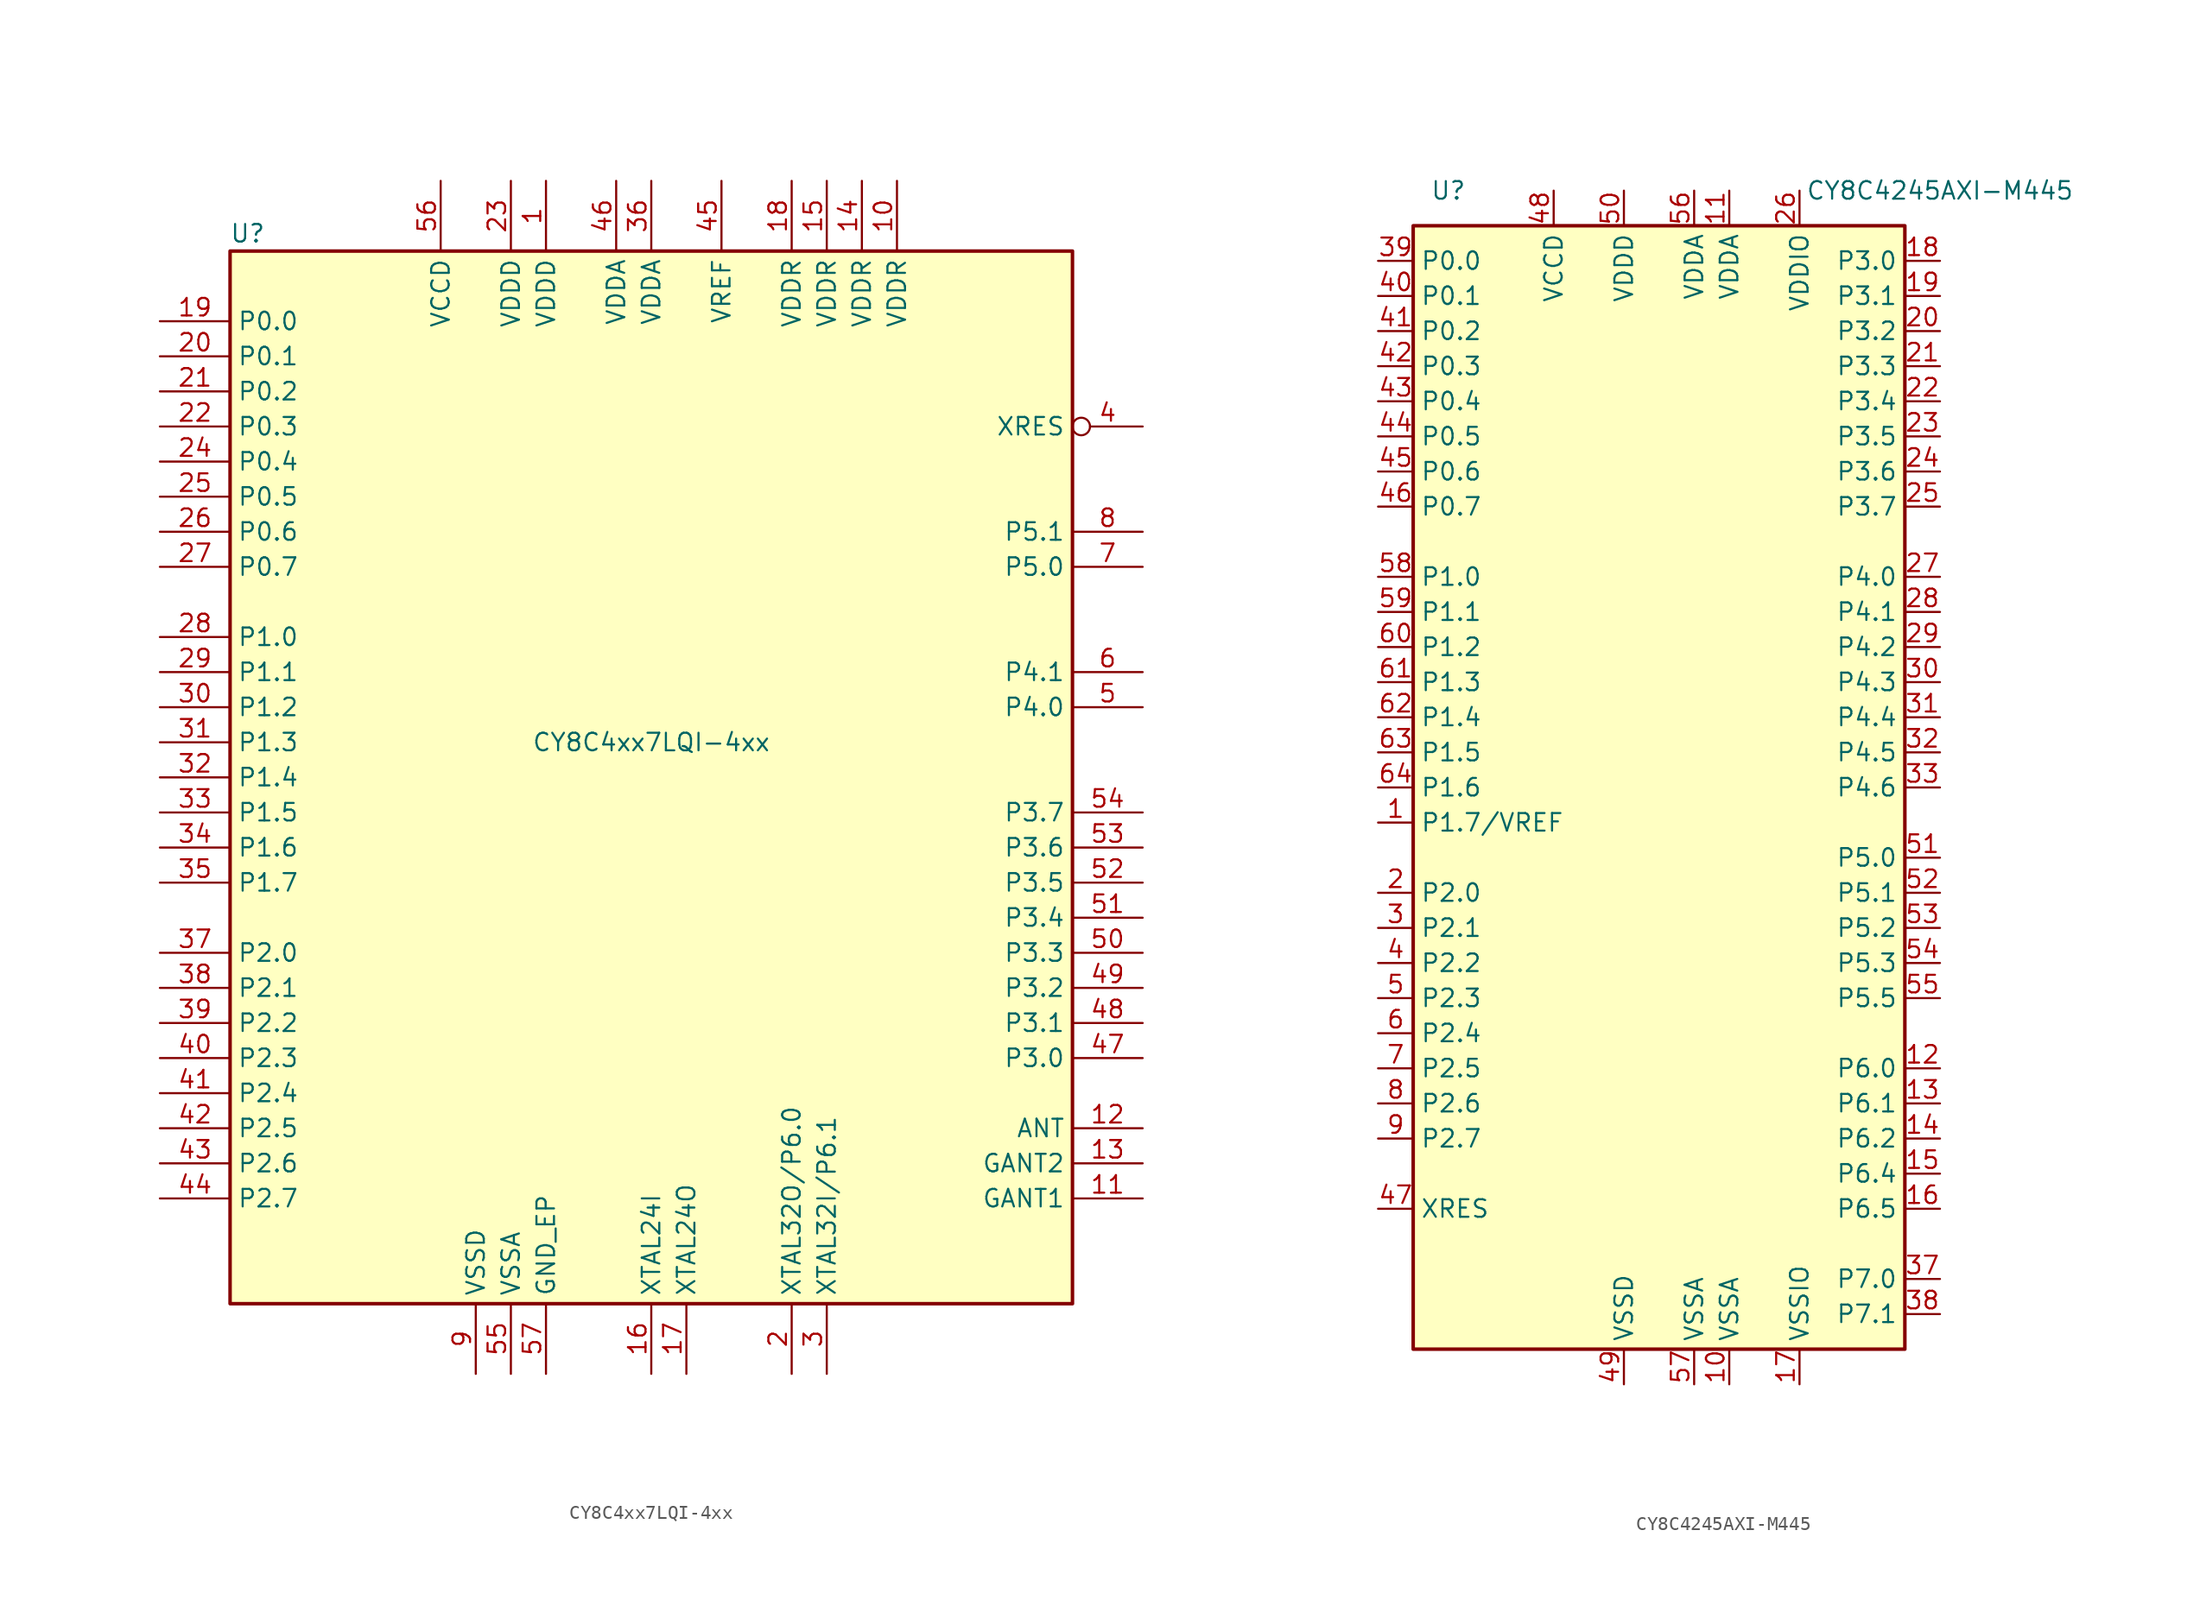
<source format=kicad_sym>
(kicad_symbol_lib
  (version 20231120)
  (generator "kicad_symbol_editor")
  (generator_version "8.0")
  (symbol "CY8C4xx7LQI-4xx"
    (property "Reference" "U"
      (at -29.21 39.37 0)
      (effects (font (size 1.27 1.27))))
    (property "Value" "CY8C4xx7LQI-4xx"
      (at 0 2.54 0)
      (effects (font (size 1.27 1.27))))
    (symbol "CY8C4xx7LQI-4xx_1_0"
      (rectangle (start -30.48 -38.1) (end 30.48 38.1) (stroke (width 0.254) (type default)) (fill (type background))))
    (symbol "CY8C4xx7LQI-4xx_1_1"
      (pin power_in line (at -7.62 43.18 270) (length 5.08) (name "VDDD" (effects (font (size 1.27 1.27)))) (number "1" (effects (font (size 1.27 1.27)))))
      (pin power_in line (at 17.78 43.18 270) (length 5.08) (name "VDDR" (effects (font (size 1.27 1.27)))) (number "10" (effects (font (size 1.27 1.27)))))
      (pin power_in line (at 35.56 -30.48 180) (length 5.08) (name "GANT1" (effects (font (size 1.27 1.27)))) (number "11" (effects (font (size 1.27 1.27)))))
      (pin output line (at 35.56 -25.4 180) (length 5.08) (name "ANT" (effects (font (size 1.27 1.27)))) (number "12" (effects (font (size 1.27 1.27)))))
      (pin power_in line (at 35.56 -27.94 180) (length 5.08) (name "GANT2" (effects (font (size 1.27 1.27)))) (number "13" (effects (font (size 1.27 1.27)))))
      (pin power_in line (at 15.24 43.18 270) (length 5.08) (name "VDDR" (effects (font (size 1.27 1.27)))) (number "14" (effects (font (size 1.27 1.27)))))
      (pin power_in line (at 12.7 43.18 270) (length 5.08) (name "VDDR" (effects (font (size 1.27 1.27)))) (number "15" (effects (font (size 1.27 1.27)))))
      (pin input line (at 0 -43.18 90) (length 5.08) (name "XTAL24I" (effects (font (size 1.27 1.27)))) (number "16" (effects (font (size 1.27 1.27)))))
      (pin output line (at 2.54 -43.18 90) (length 5.08) (name "XTAL24O" (effects (font (size 1.27 1.27)))) (number "17" (effects (font (size 1.27 1.27)))))
      (pin power_in line (at 10.16 43.18 270) (length 5.08) (name "VDDR" (effects (font (size 1.27 1.27)))) (number "18" (effects (font (size 1.27 1.27)))))
      (pin bidirectional line (at -35.56 33.02 0) (length 5.08) (name "P0.0" (effects (font (size 1.27 1.27)))) (number "19" (effects (font (size 1.27 1.27)))))
      (pin bidirectional line (at 10.16 -43.18 90) (length 5.08) (name "XTAL32O/P6.0" (effects (font (size 1.27 1.27)))) (number "2" (effects (font (size 1.27 1.27)))))
      (pin bidirectional line (at -35.56 30.48 0) (length 5.08) (name "P0.1" (effects (font (size 1.27 1.27)))) (number "20" (effects (font (size 1.27 1.27)))))
      (pin bidirectional line (at -35.56 27.94 0) (length 5.08) (name "P0.2" (effects (font (size 1.27 1.27)))) (number "21" (effects (font (size 1.27 1.27)))))
      (pin bidirectional line (at -35.56 25.4 0) (length 5.08) (name "P0.3" (effects (font (size 1.27 1.27)))) (number "22" (effects (font (size 1.27 1.27)))))
      (pin power_in line (at -10.16 43.18 270) (length 5.08) (name "VDDD" (effects (font (size 1.27 1.27)))) (number "23" (effects (font (size 1.27 1.27)))))
      (pin bidirectional line (at -35.56 22.86 0) (length 5.08) (name "P0.4" (effects (font (size 1.27 1.27)))) (number "24" (effects (font (size 1.27 1.27)))))
      (pin bidirectional line (at -35.56 20.32 0) (length 5.08) (name "P0.5" (effects (font (size 1.27 1.27)))) (number "25" (effects (font (size 1.27 1.27)))))
      (pin bidirectional line (at -35.56 17.78 0) (length 5.08) (name "P0.6" (effects (font (size 1.27 1.27)))) (number "26" (effects (font (size 1.27 1.27)))))
      (pin bidirectional line (at -35.56 15.24 0) (length 5.08) (name "P0.7" (effects (font (size 1.27 1.27)))) (number "27" (effects (font (size 1.27 1.27)))))
      (pin bidirectional line (at -35.56 10.16 0) (length 5.08) (name "P1.0" (effects (font (size 1.27 1.27)))) (number "28" (effects (font (size 1.27 1.27)))))
      (pin bidirectional line (at -35.56 7.62 0) (length 5.08) (name "P1.1" (effects (font (size 1.27 1.27)))) (number "29" (effects (font (size 1.27 1.27)))))
      (pin bidirectional line (at 12.7 -43.18 90) (length 5.08) (name "XTAL32I/P6.1" (effects (font (size 1.27 1.27)))) (number "3" (effects (font (size 1.27 1.27)))))
      (pin bidirectional line (at -35.56 5.08 0) (length 5.08) (name "P1.2" (effects (font (size 1.27 1.27)))) (number "30" (effects (font (size 1.27 1.27)))))
      (pin bidirectional line (at -35.56 2.54 0) (length 5.08) (name "P1.3" (effects (font (size 1.27 1.27)))) (number "31" (effects (font (size 1.27 1.27)))))
      (pin bidirectional line (at -35.56 0 0) (length 5.08) (name "P1.4" (effects (font (size 1.27 1.27)))) (number "32" (effects (font (size 1.27 1.27)))))
      (pin bidirectional line (at -35.56 -2.54 0) (length 5.08) (name "P1.5" (effects (font (size 1.27 1.27)))) (number "33" (effects (font (size 1.27 1.27)))))
      (pin bidirectional line (at -35.56 -5.08 0) (length 5.08) (name "P1.6" (effects (font (size 1.27 1.27)))) (number "34" (effects (font (size 1.27 1.27)))))
      (pin bidirectional line (at -35.56 -7.62 0) (length 5.08) (name "P1.7" (effects (font (size 1.27 1.27)))) (number "35" (effects (font (size 1.27 1.27)))))
      (pin power_in line (at 0 43.18 270) (length 5.08) (name "VDDA" (effects (font (size 1.27 1.27)))) (number "36" (effects (font (size 1.27 1.27)))))
      (pin bidirectional line (at -35.56 -12.7 0) (length 5.08) (name "P2.0" (effects (font (size 1.27 1.27)))) (number "37" (effects (font (size 1.27 1.27)))))
      (pin bidirectional line (at -35.56 -15.24 0) (length 5.08) (name "P2.1" (effects (font (size 1.27 1.27)))) (number "38" (effects (font (size 1.27 1.27)))))
      (pin bidirectional line (at -35.56 -17.78 0) (length 5.08) (name "P2.2" (effects (font (size 1.27 1.27)))) (number "39" (effects (font (size 1.27 1.27)))))
      (pin input inverted (at 35.56 25.4 180) (length 5.08) (name "XRES" (effects (font (size 1.27 1.27)))) (number "4" (effects (font (size 1.27 1.27)))))
      (pin bidirectional line (at -35.56 -20.32 0) (length 5.08) (name "P2.3" (effects (font (size 1.27 1.27)))) (number "40" (effects (font (size 1.27 1.27)))))
      (pin bidirectional line (at -35.56 -22.86 0) (length 5.08) (name "P2.4" (effects (font (size 1.27 1.27)))) (number "41" (effects (font (size 1.27 1.27)))))
      (pin bidirectional line (at -35.56 -25.4 0) (length 5.08) (name "P2.5" (effects (font (size 1.27 1.27)))) (number "42" (effects (font (size 1.27 1.27)))))
      (pin bidirectional line (at -35.56 -27.94 0) (length 5.08) (name "P2.6" (effects (font (size 1.27 1.27)))) (number "43" (effects (font (size 1.27 1.27)))))
      (pin bidirectional line (at -35.56 -30.48 0) (length 5.08) (name "P2.7" (effects (font (size 1.27 1.27)))) (number "44" (effects (font (size 1.27 1.27)))))
      (pin passive line (at 5.08 43.18 270) (length 5.08) (name "VREF" (effects (font (size 1.27 1.27)))) (number "45" (effects (font (size 1.27 1.27)))))
      (pin power_in line (at -2.54 43.18 270) (length 5.08) (name "VDDA" (effects (font (size 1.27 1.27)))) (number "46" (effects (font (size 1.27 1.27)))))
      (pin bidirectional line (at 35.56 -20.32 180) (length 5.08) (name "P3.0" (effects (font (size 1.27 1.27)))) (number "47" (effects (font (size 1.27 1.27)))))
      (pin bidirectional line (at 35.56 -17.78 180) (length 5.08) (name "P3.1" (effects (font (size 1.27 1.27)))) (number "48" (effects (font (size 1.27 1.27)))))
      (pin bidirectional line (at 35.56 -15.24 180) (length 5.08) (name "P3.2" (effects (font (size 1.27 1.27)))) (number "49" (effects (font (size 1.27 1.27)))))
      (pin bidirectional line (at 35.56 5.08 180) (length 5.08) (name "P4.0" (effects (font (size 1.27 1.27)))) (number "5" (effects (font (size 1.27 1.27)))))
      (pin bidirectional line (at 35.56 -12.7 180) (length 5.08) (name "P3.3" (effects (font (size 1.27 1.27)))) (number "50" (effects (font (size 1.27 1.27)))))
      (pin bidirectional line (at 35.56 -10.16 180) (length 5.08) (name "P3.4" (effects (font (size 1.27 1.27)))) (number "51" (effects (font (size 1.27 1.27)))))
      (pin bidirectional line (at 35.56 -7.62 180) (length 5.08) (name "P3.5" (effects (font (size 1.27 1.27)))) (number "52" (effects (font (size 1.27 1.27)))))
      (pin bidirectional line (at 35.56 -5.08 180) (length 5.08) (name "P3.6" (effects (font (size 1.27 1.27)))) (number "53" (effects (font (size 1.27 1.27)))))
      (pin bidirectional line (at 35.56 -2.54 180) (length 5.08) (name "P3.7" (effects (font (size 1.27 1.27)))) (number "54" (effects (font (size 1.27 1.27)))))
      (pin power_in line (at -10.16 -43.18 90) (length 5.08) (name "VSSA" (effects (font (size 1.27 1.27)))) (number "55" (effects (font (size 1.27 1.27)))))
      (pin power_out line (at -15.24 43.18 270) (length 5.08) (name "VCCD" (effects (font (size 1.27 1.27)))) (number "56" (effects (font (size 1.27 1.27)))))
      (pin power_in line (at -7.62 -43.18 90) (length 5.08) (name "GND_EP" (effects (font (size 1.27 1.27)))) (number "57" (effects (font (size 1.27 1.27)))))
      (pin bidirectional line (at 35.56 7.62 180) (length 5.08) (name "P4.1" (effects (font (size 1.27 1.27)))) (number "6" (effects (font (size 1.27 1.27)))))
      (pin bidirectional line (at 35.56 15.24 180) (length 5.08) (name "P5.0" (effects (font (size 1.27 1.27)))) (number "7" (effects (font (size 1.27 1.27)))))
      (pin bidirectional line (at 35.56 17.78 180) (length 5.08) (name "P5.1" (effects (font (size 1.27 1.27)))) (number "8" (effects (font (size 1.27 1.27)))))
      (pin power_in line (at -12.7 -43.18 90) (length 5.08) (name "VSSD" (effects (font (size 1.27 1.27)))) (number "9" (effects (font (size 1.27 1.27)))))))
  (symbol "CY8C4245AXI-M445"
    (property "Reference" "U"
      (at -15.24 43.18 0)
      (effects (font (size 1.27 1.27))))
    (property "Value" "CY8C4245AXI-M445"
      (at 20.32 43.18 0)
      (effects (font (size 1.27 1.27))))
    (symbol "CY8C4245AXI-M445_0_1"
      (rectangle (start -17.78 40.64) (end 17.78 -40.64) (stroke (width 0.254) (type default)) (fill (type background))))
    (symbol "CY8C4245AXI-M445_1_1"
      (pin bidirectional line (at -20.32 -2.54 0) (length 2.54) (name "P1.7/VREF" (effects (font (size 1.27 1.27)))) (number "1" (effects (font (size 1.27 1.27)))))
      (pin power_in line (at 5.08 -43.18 90) (length 2.54) (name "VSSA" (effects (font (size 1.27 1.27)))) (number "10" (effects (font (size 1.27 1.27)))))
      (pin power_in line (at 5.08 43.18 270) (length 2.54) (name "VDDA" (effects (font (size 1.27 1.27)))) (number "11" (effects (font (size 1.27 1.27)))))
      (pin bidirectional line (at 20.32 -20.32 180) (length 2.54) (name "P6.0" (effects (font (size 1.27 1.27)))) (number "12" (effects (font (size 1.27 1.27)))))
      (pin bidirectional line (at 20.32 -22.86 180) (length 2.54) (name "P6.1" (effects (font (size 1.27 1.27)))) (number "13" (effects (font (size 1.27 1.27)))))
      (pin bidirectional line (at 20.32 -25.4 180) (length 2.54) (name "P6.2" (effects (font (size 1.27 1.27)))) (number "14" (effects (font (size 1.27 1.27)))))
      (pin bidirectional line (at 20.32 -27.94 180) (length 2.54) (name "P6.4" (effects (font (size 1.27 1.27)))) (number "15" (effects (font (size 1.27 1.27)))))
      (pin bidirectional line (at 20.32 -30.48 180) (length 2.54) (name "P6.5" (effects (font (size 1.27 1.27)))) (number "16" (effects (font (size 1.27 1.27)))))
      (pin power_in line (at 10.16 -43.18 90) (length 2.54) (name "VSSIO" (effects (font (size 1.27 1.27)))) (number "17" (effects (font (size 1.27 1.27)))))
      (pin bidirectional line (at 20.32 38.1 180) (length 2.54) (name "P3.0" (effects (font (size 1.27 1.27)))) (number "18" (effects (font (size 1.27 1.27)))))
      (pin bidirectional line (at 20.32 35.56 180) (length 2.54) (name "P3.1" (effects (font (size 1.27 1.27)))) (number "19" (effects (font (size 1.27 1.27)))))
      (pin bidirectional line (at -20.32 -7.62 0) (length 2.54) (name "P2.0" (effects (font (size 1.27 1.27)))) (number "2" (effects (font (size 1.27 1.27)))))
      (pin bidirectional line (at 20.32 33.02 180) (length 2.54) (name "P3.2" (effects (font (size 1.27 1.27)))) (number "20" (effects (font (size 1.27 1.27)))))
      (pin bidirectional line (at 20.32 30.48 180) (length 2.54) (name "P3.3" (effects (font (size 1.27 1.27)))) (number "21" (effects (font (size 1.27 1.27)))))
      (pin bidirectional line (at 20.32 27.94 180) (length 2.54) (name "P3.4" (effects (font (size 1.27 1.27)))) (number "22" (effects (font (size 1.27 1.27)))))
      (pin bidirectional line (at 20.32 25.4 180) (length 2.54) (name "P3.5" (effects (font (size 1.27 1.27)))) (number "23" (effects (font (size 1.27 1.27)))))
      (pin bidirectional line (at 20.32 22.86 180) (length 2.54) (name "P3.6" (effects (font (size 1.27 1.27)))) (number "24" (effects (font (size 1.27 1.27)))))
      (pin bidirectional line (at 20.32 20.32 180) (length 2.54) (name "P3.7" (effects (font (size 1.27 1.27)))) (number "25" (effects (font (size 1.27 1.27)))))
      (pin power_in line (at 10.16 43.18 270) (length 2.54) (name "VDDIO" (effects (font (size 1.27 1.27)))) (number "26" (effects (font (size 1.27 1.27)))))
      (pin bidirectional line (at 20.32 15.24 180) (length 2.54) (name "P4.0" (effects (font (size 1.27 1.27)))) (number "27" (effects (font (size 1.27 1.27)))))
      (pin bidirectional line (at 20.32 12.7 180) (length 2.54) (name "P4.1" (effects (font (size 1.27 1.27)))) (number "28" (effects (font (size 1.27 1.27)))))
      (pin bidirectional line (at 20.32 10.16 180) (length 2.54) (name "P4.2" (effects (font (size 1.27 1.27)))) (number "29" (effects (font (size 1.27 1.27)))))
      (pin bidirectional line (at -20.32 -10.16 0) (length 2.54) (name "P2.1" (effects (font (size 1.27 1.27)))) (number "3" (effects (font (size 1.27 1.27)))))
      (pin bidirectional line (at 20.32 7.62 180) (length 2.54) (name "P4.3" (effects (font (size 1.27 1.27)))) (number "30" (effects (font (size 1.27 1.27)))))
      (pin bidirectional line (at 20.32 5.08 180) (length 2.54) (name "P4.4" (effects (font (size 1.27 1.27)))) (number "31" (effects (font (size 1.27 1.27)))))
      (pin bidirectional line (at 20.32 2.54 180) (length 2.54) (name "P4.5" (effects (font (size 1.27 1.27)))) (number "32" (effects (font (size 1.27 1.27)))))
      (pin bidirectional line (at 20.32 0 180) (length 2.54) (name "P4.6" (effects (font (size 1.27 1.27)))) (number "33" (effects (font (size 1.27 1.27)))))
      (pin bidirectional line (at 20.32 -35.56 180) (length 2.54) (name "P7.0" (effects (font (size 1.27 1.27)))) (number "37" (effects (font (size 1.27 1.27)))))
      (pin bidirectional line (at 20.32 -38.1 180) (length 2.54) (name "P7.1" (effects (font (size 1.27 1.27)))) (number "38" (effects (font (size 1.27 1.27)))))
      (pin bidirectional line (at -20.32 38.1 0) (length 2.54) (name "P0.0" (effects (font (size 1.27 1.27)))) (number "39" (effects (font (size 1.27 1.27)))))
      (pin bidirectional line (at -20.32 -12.7 0) (length 2.54) (name "P2.2" (effects (font (size 1.27 1.27)))) (number "4" (effects (font (size 1.27 1.27)))))
      (pin bidirectional line (at -20.32 35.56 0) (length 2.54) (name "P0.1" (effects (font (size 1.27 1.27)))) (number "40" (effects (font (size 1.27 1.27)))))
      (pin bidirectional line (at -20.32 33.02 0) (length 2.54) (name "P0.2" (effects (font (size 1.27 1.27)))) (number "41" (effects (font (size 1.27 1.27)))))
      (pin bidirectional line (at -20.32 30.48 0) (length 2.54) (name "P0.3" (effects (font (size 1.27 1.27)))) (number "42" (effects (font (size 1.27 1.27)))))
      (pin bidirectional line (at -20.32 27.94 0) (length 2.54) (name "P0.4" (effects (font (size 1.27 1.27)))) (number "43" (effects (font (size 1.27 1.27)))))
      (pin bidirectional line (at -20.32 25.4 0) (length 2.54) (name "P0.5" (effects (font (size 1.27 1.27)))) (number "44" (effects (font (size 1.27 1.27)))))
      (pin bidirectional line (at -20.32 22.86 0) (length 2.54) (name "P0.6" (effects (font (size 1.27 1.27)))) (number "45" (effects (font (size 1.27 1.27)))))
      (pin bidirectional line (at -20.32 20.32 0) (length 2.54) (name "P0.7" (effects (font (size 1.27 1.27)))) (number "46" (effects (font (size 1.27 1.27)))))
      (pin input line (at -20.32 -30.48 0) (length 2.54) (name "XRES" (effects (font (size 1.27 1.27)))) (number "47" (effects (font (size 1.27 1.27)))))
      (pin power_out line (at -7.62 43.18 270) (length 2.54) (name "VCCD" (effects (font (size 1.27 1.27)))) (number "48" (effects (font (size 1.27 1.27)))))
      (pin power_in line (at -2.54 -43.18 90) (length 2.54) (name "VSSD" (effects (font (size 1.27 1.27)))) (number "49" (effects (font (size 1.27 1.27)))))
      (pin bidirectional line (at -20.32 -15.24 0) (length 2.54) (name "P2.3" (effects (font (size 1.27 1.27)))) (number "5" (effects (font (size 1.27 1.27)))))
      (pin power_in line (at -2.54 43.18 270) (length 2.54) (name "VDDD" (effects (font (size 1.27 1.27)))) (number "50" (effects (font (size 1.27 1.27)))))
      (pin bidirectional line (at 20.32 -5.08 180) (length 2.54) (name "P5.0" (effects (font (size 1.27 1.27)))) (number "51" (effects (font (size 1.27 1.27)))))
      (pin bidirectional line (at 20.32 -7.62 180) (length 2.54) (name "P5.1" (effects (font (size 1.27 1.27)))) (number "52" (effects (font (size 1.27 1.27)))))
      (pin bidirectional line (at 20.32 -10.16 180) (length 2.54) (name "P5.2" (effects (font (size 1.27 1.27)))) (number "53" (effects (font (size 1.27 1.27)))))
      (pin bidirectional line (at 20.32 -12.7 180) (length 2.54) (name "P5.3" (effects (font (size 1.27 1.27)))) (number "54" (effects (font (size 1.27 1.27)))))
      (pin bidirectional line (at 20.32 -15.24 180) (length 2.54) (name "P5.5" (effects (font (size 1.27 1.27)))) (number "55" (effects (font (size 1.27 1.27)))))
      (pin power_in line (at 2.54 43.18 270) (length 2.54) (name "VDDA" (effects (font (size 1.27 1.27)))) (number "56" (effects (font (size 1.27 1.27)))))
      (pin power_in line (at 2.54 -43.18 90) (length 2.54) (name "VSSA" (effects (font (size 1.27 1.27)))) (number "57" (effects (font (size 1.27 1.27)))))
      (pin bidirectional line (at -20.32 15.24 0) (length 2.54) (name "P1.0" (effects (font (size 1.27 1.27)))) (number "58" (effects (font (size 1.27 1.27)))))
      (pin bidirectional line (at -20.32 12.7 0) (length 2.54) (name "P1.1" (effects (font (size 1.27 1.27)))) (number "59" (effects (font (size 1.27 1.27)))))
      (pin bidirectional line (at -20.32 -17.78 0) (length 2.54) (name "P2.4" (effects (font (size 1.27 1.27)))) (number "6" (effects (font (size 1.27 1.27)))))
      (pin bidirectional line (at -20.32 10.16 0) (length 2.54) (name "P1.2" (effects (font (size 1.27 1.27)))) (number "60" (effects (font (size 1.27 1.27)))))
      (pin bidirectional line (at -20.32 7.62 0) (length 2.54) (name "P1.3" (effects (font (size 1.27 1.27)))) (number "61" (effects (font (size 1.27 1.27)))))
      (pin bidirectional line (at -20.32 5.08 0) (length 2.54) (name "P1.4" (effects (font (size 1.27 1.27)))) (number "62" (effects (font (size 1.27 1.27)))))
      (pin bidirectional line (at -20.32 2.54 0) (length 2.54) (name "P1.5" (effects (font (size 1.27 1.27)))) (number "63" (effects (font (size 1.27 1.27)))))
      (pin bidirectional line (at -20.32 0 0) (length 2.54) (name "P1.6" (effects (font (size 1.27 1.27)))) (number "64" (effects (font (size 1.27 1.27)))))
      (pin bidirectional line (at -20.32 -20.32 0) (length 2.54) (name "P2.5" (effects (font (size 1.27 1.27)))) (number "7" (effects (font (size 1.27 1.27)))))
      (pin bidirectional line (at -20.32 -22.86 0) (length 2.54) (name "P2.6" (effects (font (size 1.27 1.27)))) (number "8" (effects (font (size 1.27 1.27)))))
      (pin bidirectional line (at -20.32 -25.4 0) (length 2.54) (name "P2.7" (effects (font (size 1.27 1.27)))) (number "9" (effects (font (size 1.27 1.27))))))))
</source>
